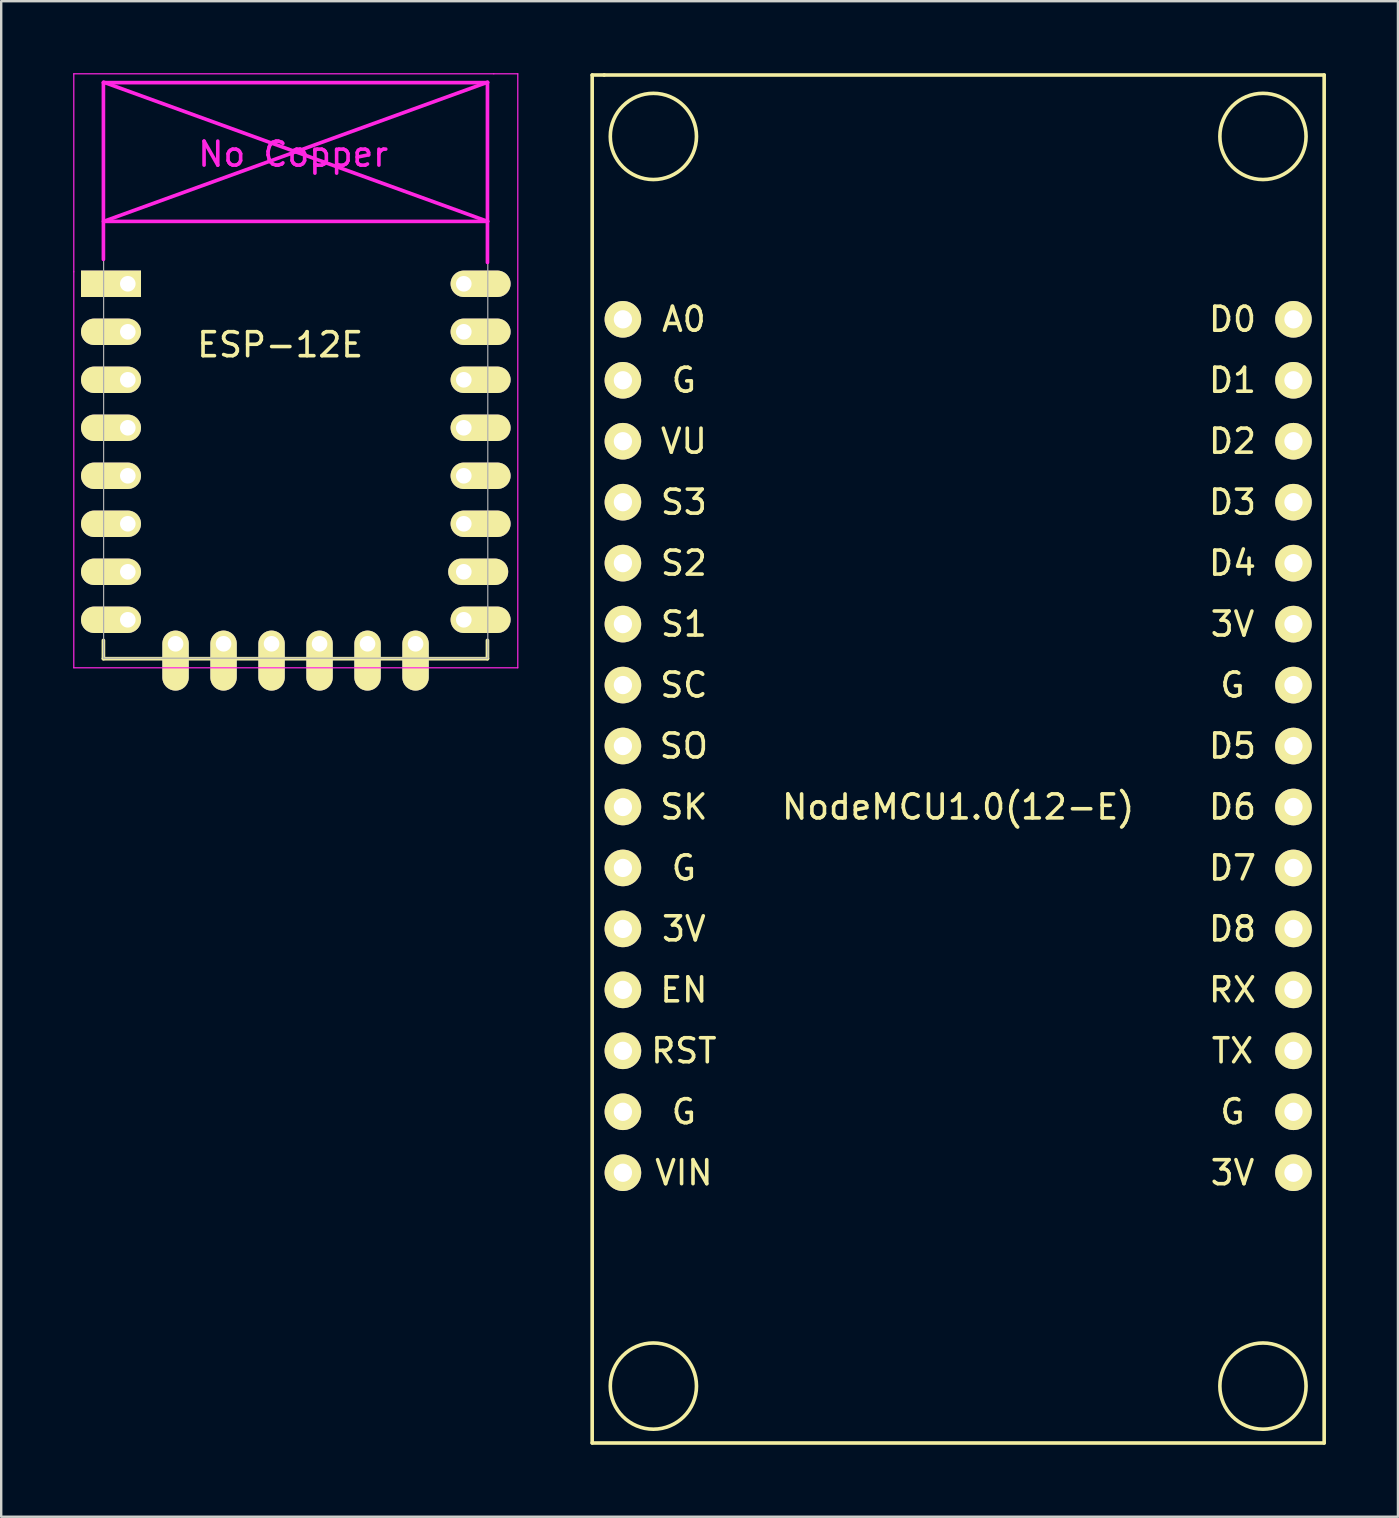
<source format=kicad_pcb>
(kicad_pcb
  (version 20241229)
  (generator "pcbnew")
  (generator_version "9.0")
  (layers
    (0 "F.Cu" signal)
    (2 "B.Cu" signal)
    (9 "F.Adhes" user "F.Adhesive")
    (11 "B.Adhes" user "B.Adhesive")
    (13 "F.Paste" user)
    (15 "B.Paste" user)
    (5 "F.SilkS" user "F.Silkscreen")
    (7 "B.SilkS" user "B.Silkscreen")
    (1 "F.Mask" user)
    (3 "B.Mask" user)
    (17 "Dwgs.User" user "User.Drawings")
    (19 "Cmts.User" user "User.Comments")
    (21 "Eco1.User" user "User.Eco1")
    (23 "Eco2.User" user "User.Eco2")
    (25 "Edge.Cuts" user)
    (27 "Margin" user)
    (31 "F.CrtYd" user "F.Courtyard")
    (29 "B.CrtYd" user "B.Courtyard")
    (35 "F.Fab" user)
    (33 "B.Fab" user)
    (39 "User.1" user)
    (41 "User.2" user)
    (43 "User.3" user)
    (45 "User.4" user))
  (footprint "NodeMCU1.0(12-E)"
    (layer "F.Cu")
    (at 36.875 30.575)
    (property "Reference" "NodeMCU1.0(12-E)" (at 0 0 0) (layer "F.SilkS") (effects (font (size 1 1) (thickness 0.15))))
    (attr through_hole)
    (fp_line (start -15.25 -30.5) (end -15.25 26.5) (stroke (width 0.15) (type solid)) (layer "F.SilkS"))
    (fp_line (start -15.25 26.5) (end 15.25 26.5) (stroke (width 0.15) (type solid)) (layer "F.SilkS"))
    (fp_line (start -14.75 -30.5) (end -15.25 -30.5) (stroke (width 0.15) (type solid)) (layer "F.SilkS"))
    (fp_line (start 15.25 -30.5) (end -14.75 -30.5) (stroke (width 0.15) (type solid)) (layer "F.SilkS"))
    (fp_line (start 15.25 26.5) (end 15.25 -30.5) (stroke (width 0.15) (type solid)) (layer "F.SilkS"))
    (fp_circle (center -12.7 -27.94) (end -11.43 -29.21) (stroke (width 0.15) (type solid)) (fill no) (layer "F.SilkS"))
    (fp_circle (center -12.7 24.13) (end -11.43 22.86) (stroke (width 0.15) (type solid)) (fill no) (layer "F.SilkS"))
    (fp_circle (center 12.7 -27.94) (end 13.97 -29.21) (stroke (width 0.15) (type solid)) (fill no) (layer "F.SilkS"))
    (fp_circle (center 12.7 24.13) (end 13.97 22.86) (stroke (width 0.15) (type solid)) (fill no) (layer "F.SilkS"))
    (fp_text user "D7" (at 11.43 2.54 0) (layer "F.SilkS") (effects (font (size 1 1) (thickness 0.15))))
    (fp_text user "D6" (at 11.43 0 0) (layer "F.SilkS") (effects (font (size 1 1) (thickness 0.15))))
    (fp_text user "VIN" (at -11.43 15.24 0) (layer "F.SilkS") (effects (font (size 1 1) (thickness 0.15))))
    (fp_text user "SC" (at -11.43 -5.08 0) (layer "F.SilkS") (effects (font (size 1 1) (thickness 0.15))))
    (fp_text user "RX" (at 11.43 7.62 0) (layer "F.SilkS") (effects (font (size 1 1) (thickness 0.15))))
    (fp_text user "A0" (at -11.43 -20.32 0) (layer "F.SilkS") (effects (font (size 1 1) (thickness 0.15))))
    (fp_text user "D3" (at 11.43 -12.7 0) (layer "F.SilkS") (effects (font (size 1 1) (thickness 0.15))))
    (fp_text user "TX" (at 11.43 10.16 0) (layer "F.SilkS") (effects (font (size 1 1) (thickness 0.15))))
    (fp_text user "G" (at 11.43 -5.08 0) (layer "F.SilkS") (effects (font (size 1 1) (thickness 0.15))))
    (fp_text user "D2" (at 11.43 -15.24 0) (layer "F.SilkS") (effects (font (size 1 1) (thickness 0.15))))
    (fp_text user "SK" (at -11.43 0 0) (layer "F.SilkS") (effects (font (size 1 1) (thickness 0.15))))
    (fp_text user "D4" (at 11.43 -10.16 0) (layer "F.SilkS") (effects (font (size 1 1) (thickness 0.15))))
    (fp_text user "3V" (at -11.43 5.08 0) (layer "F.SilkS") (effects (font (size 1 1) (thickness 0.15))))
    (fp_text user "3V" (at 11.43 15.24 0) (layer "F.SilkS") (effects (font (size 1 1) (thickness 0.15))))
    (fp_text user "D0" (at 11.43 -20.32 0) (layer "F.SilkS") (effects (font (size 1 1) (thickness 0.15))))
    (fp_text user "EN" (at -11.43 7.62 0) (layer "F.SilkS") (effects (font (size 1 1) (thickness 0.15))))
    (fp_text user "G" (at -11.43 -17.78 0) (layer "F.SilkS") (effects (font (size 1 1) (thickness 0.15))))
    (fp_text user "D5" (at 11.43 -2.54 0) (layer "F.SilkS") (effects (font (size 1 1) (thickness 0.15))))
    (fp_text user "SO" (at -11.43 -2.54 0) (layer "F.SilkS") (effects (font (size 1 1) (thickness 0.15))))
    (fp_text user "VU" (at -11.43 -15.24 0) (layer "F.SilkS") (effects (font (size 1 1) (thickness 0.15))))
    (fp_text user "3V" (at 11.43 -7.62 0) (layer "F.SilkS") (effects (font (size 1 1) (thickness 0.15))))
    (fp_text user "S2" (at -11.43 -10.16 0) (layer "F.SilkS") (effects (font (size 1 1) (thickness 0.15))))
    (fp_text user "S1" (at -11.43 -7.62 0) (layer "F.SilkS") (effects (font (size 1 1) (thickness 0.15))))
    (fp_text user "G" (at -11.43 12.7 0) (layer "F.SilkS") (effects (font (size 1 1) (thickness 0.15))))
    (fp_text user "S3" (at -11.43 -12.7 0) (layer "F.SilkS") (effects (font (size 1 1) (thickness 0.15))))
    (fp_text user "G" (at -11.43 2.54 0) (layer "F.SilkS") (effects (font (size 1 1) (thickness 0.15))))
    (fp_text user "D8" (at 11.43 5.08 0) (layer "F.SilkS") (effects (font (size 1 1) (thickness 0.15))))
    (fp_text user "D1" (at 11.43 -17.78 0) (layer "F.SilkS") (effects (font (size 1 1) (thickness 0.15))))
    (fp_text user "G" (at 11.43 12.7 0) (layer "F.SilkS") (effects (font (size 1 1) (thickness 0.15))))
    (fp_text user "RST" (at -11.43 10.16 0) (layer "F.SilkS") (effects (font (size 1 1) (thickness 0.15))))
    (pad "1" thru_hole circle (at -13.97 -20.32) (size 1.524 1.524) (drill 0.762) (layers "*.Cu" "*.Mask" "F.SilkS"))
    (pad "2" thru_hole circle (at -13.97 -17.78) (size 1.524 1.524) (drill 0.762) (layers "*.Cu" "*.Mask" "F.SilkS"))
    (pad "3" thru_hole circle (at -13.97 -15.24) (size 1.524 1.524) (drill 0.762) (layers "*.Cu" "*.Mask" "F.SilkS"))
    (pad "4" thru_hole circle (at -13.97 -12.7) (size 1.524 1.524) (drill 0.762) (layers "*.Cu" "*.Mask" "F.SilkS"))
    (pad "5" thru_hole circle (at -13.97 -10.16) (size 1.524 1.524) (drill 0.762) (layers "*.Cu" "*.Mask" "F.SilkS"))
    (pad "6" thru_hole circle (at -13.97 -7.62) (size 1.524 1.524) (drill 0.762) (layers "*.Cu" "*.Mask" "F.SilkS"))
    (pad "7" thru_hole circle (at -13.97 -5.08) (size 1.524 1.524) (drill 0.762) (layers "*.Cu" "*.Mask" "F.SilkS"))
    (pad "8" thru_hole circle (at -13.97 -2.54) (size 1.524 1.524) (drill 0.762) (layers "*.Cu" "*.Mask" "F.SilkS"))
    (pad "9" thru_hole circle (at -13.97 0) (size 1.524 1.524) (drill 0.762) (layers "*.Cu" "*.Mask" "F.SilkS"))
    (pad "10" thru_hole circle (at -13.97 2.54) (size 1.524 1.524) (drill 0.762) (layers "*.Cu" "*.Mask" "F.SilkS"))
    (pad "11" thru_hole circle (at -13.97 5.08) (size 1.524 1.524) (drill 0.762) (layers "*.Cu" "*.Mask" "F.SilkS"))
    (pad "12" thru_hole circle (at -13.97 7.62) (size 1.524 1.524) (drill 0.762) (layers "*.Cu" "*.Mask" "F.SilkS"))
    (pad "13" thru_hole circle (at -13.97 10.16) (size 1.524 1.524) (drill 0.762) (layers "*.Cu" "*.Mask" "F.SilkS"))
    (pad "14" thru_hole circle (at -13.97 12.7) (size 1.524 1.524) (drill 0.762) (layers "*.Cu" "*.Mask" "F.SilkS"))
    (pad "15" thru_hole circle (at -13.97 15.24) (size 1.524 1.524) (drill 0.762) (layers "*.Cu" "*.Mask" "F.SilkS"))
    (pad "16" thru_hole circle (at 13.97 15.24) (size 1.524 1.524) (drill 0.762) (layers "*.Cu" "*.Mask" "F.SilkS"))
    (pad "17" thru_hole circle (at 13.97 12.7) (size 1.524 1.524) (drill 0.762) (layers "*.Cu" "*.Mask" "F.SilkS"))
    (pad "18" thru_hole circle (at 13.97 10.16) (size 1.524 1.524) (drill 0.762) (layers "*.Cu" "*.Mask" "F.SilkS"))
    (pad "19" thru_hole circle (at 13.97 7.62) (size 1.524 1.524) (drill 0.762) (layers "*.Cu" "*.Mask" "F.SilkS"))
    (pad "20" thru_hole circle (at 13.97 5.08) (size 1.524 1.524) (drill 0.762) (layers "*.Cu" "*.Mask" "F.SilkS"))
    (pad "21" thru_hole circle (at 13.97 2.54) (size 1.524 1.524) (drill 0.762) (layers "*.Cu" "*.Mask" "F.SilkS"))
    (pad "22" thru_hole circle (at 13.97 0) (size 1.524 1.524) (drill 0.762) (layers "*.Cu" "*.Mask" "F.SilkS"))
    (pad "23" thru_hole circle (at 13.97 -2.54) (size 1.524 1.524) (drill 0.762) (layers "*.Cu" "*.Mask" "F.SilkS"))
    (pad "24" thru_hole circle (at 13.97 -5.08) (size 1.524 1.524) (drill 0.762) (layers "*.Cu" "*.Mask" "F.SilkS"))
    (pad "25" thru_hole circle (at 13.97 -7.62) (size 1.524 1.524) (drill 0.762) (layers "*.Cu" "*.Mask" "F.SilkS"))
    (pad "26" thru_hole circle (at 13.97 -10.16) (size 1.524 1.524) (drill 0.762) (layers "*.Cu" "*.Mask" "F.SilkS"))
    (pad "27" thru_hole circle (at 13.97 -12.7) (size 1.524 1.524) (drill 0.762) (layers "*.Cu" "*.Mask" "F.SilkS"))
    (pad "28" thru_hole circle (at 13.97 -15.24) (size 1.524 1.524) (drill 0.762) (layers "*.Cu" "*.Mask" "F.SilkS"))
    (pad "29" thru_hole circle (at 13.97 -17.78) (size 1.524 1.524) (drill 0.762) (layers "*.Cu" "*.Mask" "F.SilkS"))
    (pad "30" thru_hole circle (at 13.97 -20.32) (size 1.524 1.524) (drill 0.762) (layers "*.Cu" "*.Mask" "F.SilkS")))
  (footprint "ESP-12E"
    (layer "F.Cu")
    (at 2.275 8.775)
    (property "Reference" "ESP-12E" (at 6.35 2.54 0) (layer "F.SilkS") (effects (font (size 1 1) (thickness 0.15))))
    (attr through_hole)
    (fp_line (start -1.016 14.859) (end -1.016 15.621) (stroke (width 0.152) (type solid)) (layer "F.SilkS"))
    (fp_line (start -1.016 15.621) (end 14.986 15.621) (stroke (width 0.152) (type solid)) (layer "F.SilkS"))
    (fp_line (start 14.986 15.621) (end 14.986 14.859) (stroke (width 0.152) (type solid)) (layer "F.SilkS"))
    (fp_line (start -2.25 -8.75) (end 15.25 -8.75) (stroke (width 0.05) (type solid)) (layer "F.CrtYd"))
    (fp_line (start -2.25 -0.5) (end -2.25 -8.75) (stroke (width 0.05) (type solid)) (layer "F.CrtYd"))
    (fp_line (start -2.25 16) (end -2.25 -0.5) (stroke (width 0.05) (type solid)) (layer "F.CrtYd"))
    (fp_line (start -1.016 -8.382) (end -1.016 -1.016) (stroke (width 0.152) (type solid)) (layer "F.CrtYd"))
    (fp_line (start -1.016 -8.382) (end 14.986 -8.382) (stroke (width 0.152) (type solid)) (layer "F.CrtYd"))
    (fp_line (start -1.008 -8.4) (end 14.992 -2.6) (stroke (width 0.152) (type solid)) (layer "F.CrtYd"))
    (fp_line (start -1.008 -2.6) (end 14.992 -2.6) (stroke (width 0.152) (type solid)) (layer "F.CrtYd"))
    (fp_line (start 14.986 -8.382) (end 14.986 -0.889) (stroke (width 0.152) (type solid)) (layer "F.CrtYd"))
    (fp_line (start 14.992 -8.4) (end -1.008 -2.6) (stroke (width 0.152) (type solid)) (layer "F.CrtYd"))
    (fp_line (start 15.25 -8.75) (end 16.25 -8.75) (stroke (width 0.05) (type solid)) (layer "F.CrtYd"))
    (fp_line (start 16.25 -8.75) (end 16.25 16) (stroke (width 0.05) (type solid)) (layer "F.CrtYd"))
    (fp_line (start 16.25 16) (end -2.25 16) (stroke (width 0.05) (type solid)) (layer "F.CrtYd"))
    (fp_line (start -1.008 -8.4) (end 14.992 -8.4) (stroke (width 0.05) (type solid)) (layer "F.Fab"))
    (fp_line (start -1.008 15.6) (end -1.008 -8.4) (stroke (width 0.05) (type solid)) (layer "F.Fab"))
    (fp_line (start 14.992 15.6) (end -1.008 15.6) (stroke (width 0.05) (type solid)) (layer "F.Fab"))
    (fp_line (start 15 -8.4) (end 15 15.6) (stroke (width 0.05) (type solid)) (layer "F.Fab"))
    (fp_text user "No Copper" (at 6.892 -5.4 0) (layer "F.CrtYd") (effects (font (size 1 1) (thickness 0.15))))
    (pad "1" thru_hole rect (at 0 0) (size 2.5 1.1) (drill 0.65 (offset -0.7 0)) (layers "*.Cu" "*.Mask" "F.SilkS"))
    (pad "2" thru_hole oval (at 0 2) (size 2.5 1.1) (drill 0.65 (offset -0.7 0)) (layers "*.Cu" "*.Mask" "F.SilkS"))
    (pad "3" thru_hole oval (at 0 4) (size 2.5 1.1) (drill 0.65 (offset -0.7 0)) (layers "*.Cu" "*.Mask" "F.SilkS"))
    (pad "4" thru_hole oval (at 0 6) (size 2.5 1.1) (drill 0.65 (offset -0.7 0)) (layers "*.Cu" "*.Mask" "F.SilkS"))
    (pad "5" thru_hole oval (at 0 8) (size 2.5 1.1) (drill 0.65 (offset -0.7 0)) (layers "*.Cu" "*.Mask" "F.SilkS"))
    (pad "6" thru_hole oval (at 0 10) (size 2.5 1.1) (drill 0.65 (offset -0.7 0)) (layers "*.Cu" "*.Mask" "F.SilkS"))
    (pad "7" thru_hole oval (at 0 12) (size 2.5 1.1) (drill 0.65 (offset -0.7 0)) (layers "*.Cu" "*.Mask" "F.SilkS"))
    (pad "8" thru_hole oval (at 0 14) (size 2.5 1.1) (drill 0.65 (offset -0.7 0)) (layers "*.Cu" "*.Mask" "F.SilkS"))
    (pad "9" thru_hole oval (at 14 14) (size 2.5 1.1) (drill 0.65 (offset 0.7 0)) (layers "*.Cu" "*.Mask" "F.SilkS"))
    (pad "10" thru_hole oval (at 14 12) (size 2.5 1.1) (drill 0.65 (offset 0.6 0)) (layers "*.Cu" "*.Mask" "F.SilkS"))
    (pad "11" thru_hole oval (at 14 10) (size 2.5 1.1) (drill 0.65 (offset 0.7 0)) (layers "*.Cu" "*.Mask" "F.SilkS"))
    (pad "12" thru_hole oval (at 14 8) (size 2.5 1.1) (drill 0.65 (offset 0.7 0)) (layers "*.Cu" "*.Mask" "F.SilkS"))
    (pad "13" thru_hole oval (at 14 6) (size 2.5 1.1) (drill 0.65 (offset 0.7 0)) (layers "*.Cu" "*.Mask" "F.SilkS"))
    (pad "14" thru_hole oval (at 14 4) (size 2.5 1.1) (drill 0.65 (offset 0.7 0)) (layers "*.Cu" "*.Mask" "F.SilkS"))
    (pad "15" thru_hole oval (at 14 2) (size 2.5 1.1) (drill 0.65 (offset 0.7 0)) (layers "*.Cu" "*.Mask" "F.SilkS"))
    (pad "16" thru_hole oval (at 14 0) (size 2.5 1.1) (drill 0.65 (offset 0.7 0)) (layers "*.Cu" "*.Mask" "F.SilkS"))
    (pad "17" thru_hole oval (at 1.99 15 90) (size 2.5 1.1) (drill 0.65 (offset -0.7 0)) (layers "*.Cu" "*.Mask" "F.SilkS"))
    (pad "18" thru_hole oval (at 3.99 15 90) (size 2.5 1.1) (drill 0.65 (offset -0.7 0)) (layers "*.Cu" "*.Mask" "F.SilkS"))
    (pad "19" thru_hole oval (at 5.99 15 90) (size 2.5 1.1) (drill 0.65 (offset -0.7 0)) (layers "*.Cu" "*.Mask" "F.SilkS"))
    (pad "20" thru_hole oval (at 7.99 15 90) (size 2.5 1.1) (drill 0.65 (offset -0.7 0)) (layers "*.Cu" "*.Mask" "F.SilkS"))
    (pad "21" thru_hole oval (at 9.99 15 90) (size 2.5 1.1) (drill 0.65 (offset -0.7 0)) (layers "*.Cu" "*.Mask" "F.SilkS"))
    (pad "22" thru_hole oval (at 11.99 15 90) (size 2.5 1.1) (drill 0.65 (offset -0.7 0)) (layers "*.Cu" "*.Mask" "F.SilkS")))
  (gr_rect
    (start -3 -3)
    (end 55.2 60.15)
    (stroke (width 0.1) (type default))
    (fill no)
    (layer "Edge.Cuts")))
</source>
